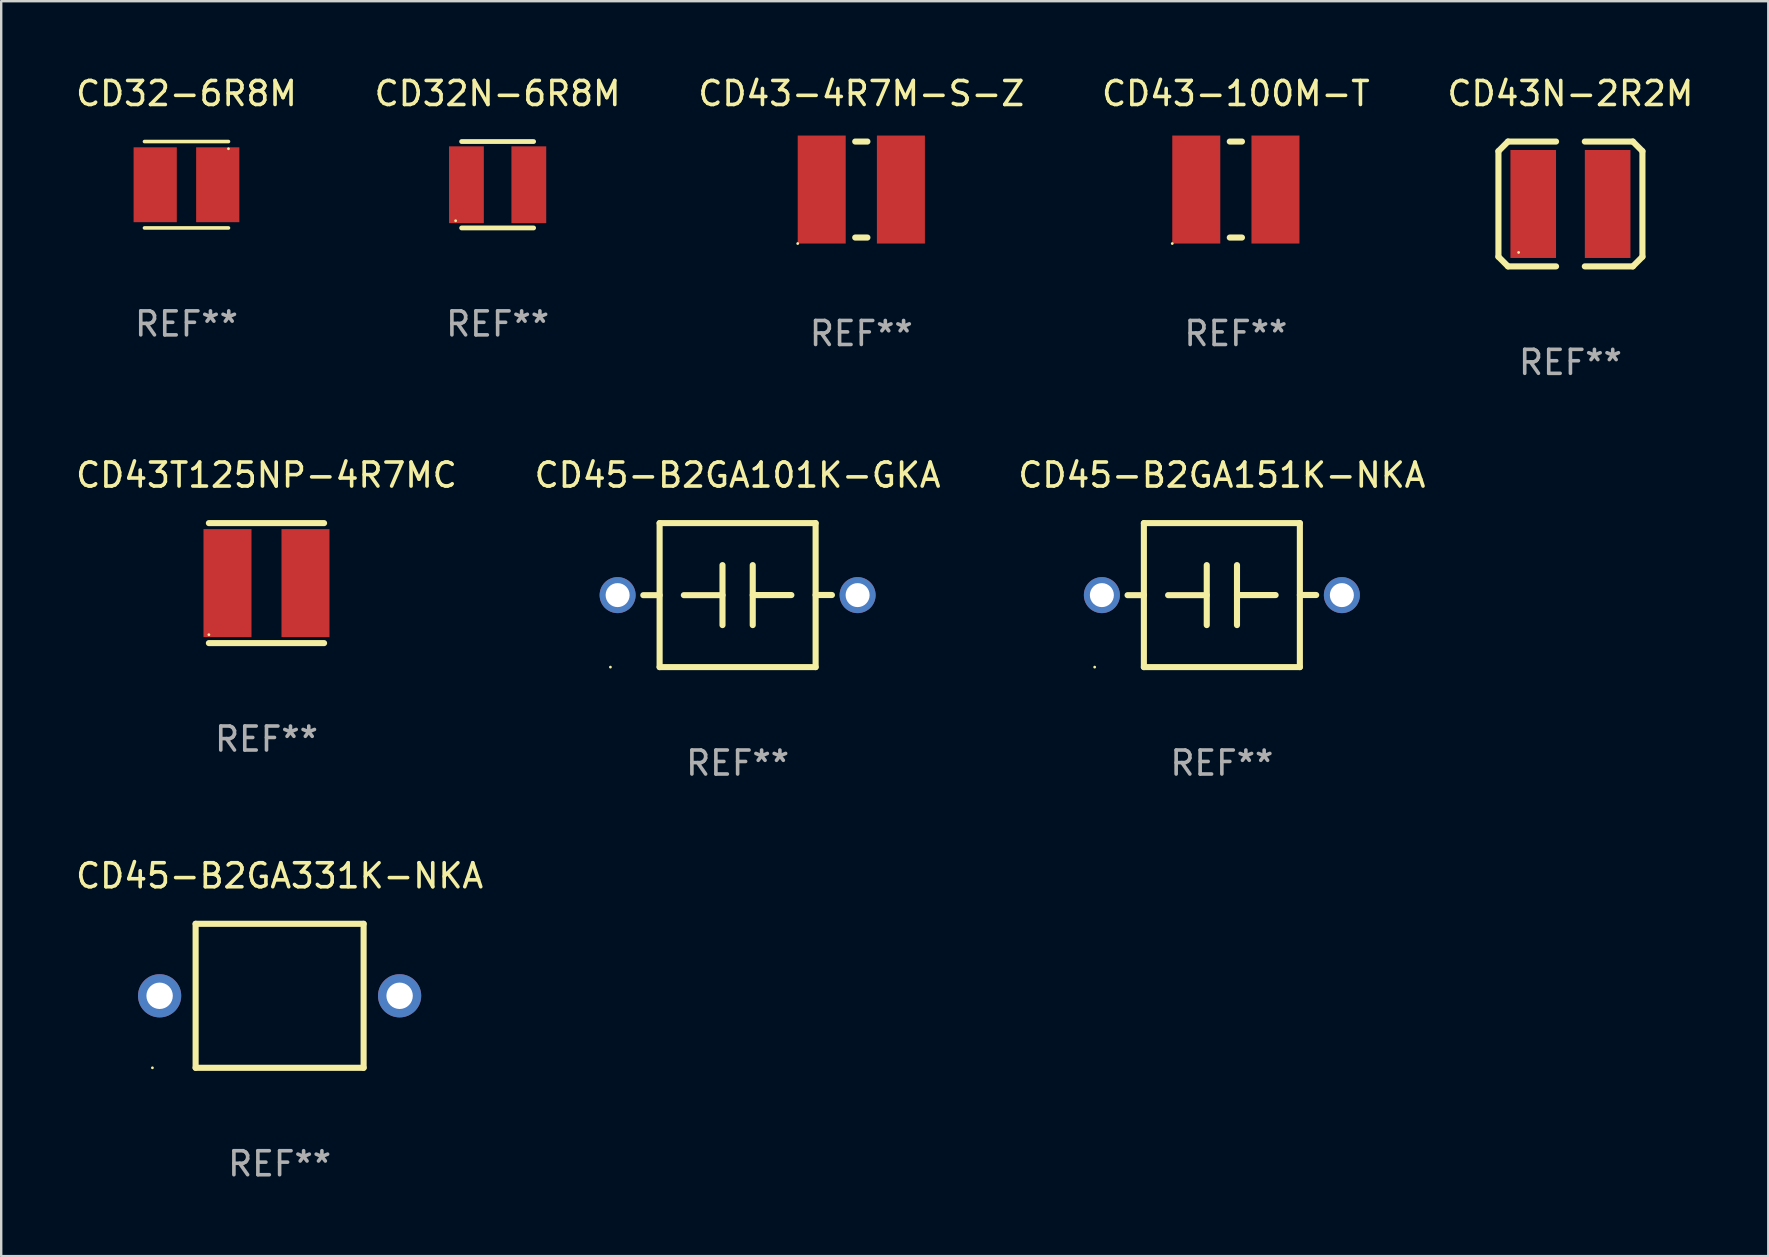
<source format=kicad_pcb>
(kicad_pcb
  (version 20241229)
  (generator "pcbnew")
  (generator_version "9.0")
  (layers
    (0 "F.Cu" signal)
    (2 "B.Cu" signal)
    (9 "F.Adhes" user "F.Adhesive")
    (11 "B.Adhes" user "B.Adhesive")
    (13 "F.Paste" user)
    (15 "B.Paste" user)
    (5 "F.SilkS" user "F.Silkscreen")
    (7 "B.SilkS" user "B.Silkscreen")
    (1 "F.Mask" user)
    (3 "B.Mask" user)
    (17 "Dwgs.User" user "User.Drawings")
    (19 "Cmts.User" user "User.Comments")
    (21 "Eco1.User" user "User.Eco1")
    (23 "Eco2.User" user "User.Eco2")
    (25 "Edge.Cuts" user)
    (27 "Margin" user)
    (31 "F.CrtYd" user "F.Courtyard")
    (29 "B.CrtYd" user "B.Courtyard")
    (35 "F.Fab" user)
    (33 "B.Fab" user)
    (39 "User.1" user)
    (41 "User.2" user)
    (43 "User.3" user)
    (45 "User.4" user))
  (footprint "CD43-4R7M-S-Z"
    (layer "F.Cu")
    (at 32.839 4.848)
    (property "Reference" "CD43-4R7M-S-Z" (at 0 -4 0) (layer "F.SilkS") (effects (font (size 1 1) (thickness 0.15))))
    (attr through_hole)
    (fp_line (start -0.254 -2) (end 0.254 -2) (stroke (width 0.254) (type solid)) (layer "F.SilkS"))
    (fp_line (start -0.254 2) (end 0.254 2) (stroke (width 0.254) (type solid)) (layer "F.SilkS"))
    (fp_circle (center -2.65 2.25) (end -2.62 2.25) (stroke (width 0.06) (type solid)) (fill no) (layer "F.SilkS"))
    (fp_text user "REF**" (at 0 6 0) (layer "F.Fab") (effects (font (size 1 1) (thickness 0.15))))
    (pad "1" smd rect (at -1.65 0 90) (size 4.5 2) (layers "F.Cu" "F.Mask" "F.Paste"))
    (pad "2" smd rect (at 1.65 0 90) (size 4.5 2) (layers "F.Cu" "F.Mask" "F.Paste")))
  (footprint "CD32-6R8M"
    (layer "F.Cu")
    (at 4.72 4.648)
    (property "Reference" "CD32-6R8M" (at 0 -3.8 0) (layer "F.SilkS") (effects (font (size 1 1) (thickness 0.15))))
    (attr through_hole)
    (fp_line (start -1.75 -1.8) (end 1.75 -1.8) (stroke (width 0.15) (type solid)) (layer "F.SilkS"))
    (fp_line (start 1.75 1.8) (end -1.75 1.8) (stroke (width 0.15) (type solid)) (layer "F.SilkS"))
    (fp_circle (center 1.75 -1.5) (end 1.78 -1.5) (stroke (width 0.06) (type solid)) (fill no) (layer "F.SilkS"))
    (fp_text user "REF**" (at 0 5.8 0) (layer "F.Fab") (effects (font (size 1 1) (thickness 0.15))))
    (pad "1" smd rect (at 1.303 0.000051) (size 1.8 3.12) (layers "F.Cu" "F.Mask" "F.Paste"))
    (pad "2" smd rect (at -1.303 0.000051) (size 1.8 3.12) (layers "F.Cu" "F.Mask" "F.Paste")))
  (footprint "CD45-B2GA101K-GKA"
    (layer "F.Cu")
    (at 27.685 21.747)
    (property "Reference" "CD45-B2GA101K-GKA" (at 0 -5 0) (layer "F.SilkS") (effects (font (size 1 1) (thickness 0.15))))
    (attr through_hole)
    (fp_line (start -3.25 0.003) (end -3.93 0.003) (stroke (width 0.254) (type solid)) (layer "F.SilkS"))
    (fp_line (start -3.25 -3) (end -3.25 3) (stroke (width 0.254) (type solid)) (layer "F.SilkS"))
    (fp_line (start -3.25 -3) (end 3.25 -3) (stroke (width 0.254) (type solid)) (layer "F.SilkS"))
    (fp_line (start -0.63 -1.25) (end -0.63 1.25) (stroke (width 0.254) (type solid)) (layer "F.SilkS"))
    (fp_line (start -0.63 0.002) (end -2.24 0.002) (stroke (width 0.254) (type solid)) (layer "F.SilkS"))
    (fp_line (start 0.63 -0.002) (end 2.24 -0.002) (stroke (width 0.254) (type solid)) (layer "F.SilkS"))
    (fp_line (start 0.63 1.25) (end 0.63 -1.25) (stroke (width 0.254) (type solid)) (layer "F.SilkS"))
    (fp_line (start 3.25 -3) (end 3.25 3) (stroke (width 0.254) (type solid)) (layer "F.SilkS"))
    (fp_line (start 3.25 -0.004) (end 3.93 -0.004) (stroke (width 0.254) (type solid)) (layer "F.SilkS"))
    (fp_line (start 3.25 3) (end -3.25 3) (stroke (width 0.254) (type solid)) (layer "F.SilkS"))
    (fp_circle (center -5.3 3) (end -5.27 3) (stroke (width 0.06) (type solid)) (fill no) (layer "F.SilkS"))
    (fp_text user "REF**" (at 0 7 0) (layer "F.Fab") (effects (font (size 1 1) (thickness 0.15))))
    (pad "1" thru_hole circle (at -5 0) (size 1.5 1.5) (drill 1) (layers "*.Cu" "*.Mask"))
    (pad "2" thru_hole circle (at 5 0) (size 1.5 1.5) (drill 1) (layers "*.Cu" "*.Mask")))
  (footprint "CD43T125NP-4R7MC"
    (layer "F.Cu")
    (at 8.054 21.247)
    (property "Reference" "CD43T125NP-4R7MC" (at 0 -4.5 0) (layer "F.SilkS") (effects (font (size 1 1) (thickness 0.15))))
    (attr through_hole)
    (fp_line (start -2.4 -2.5) (end 2.4 -2.5) (stroke (width 0.254) (type solid)) (layer "F.SilkS"))
    (fp_line (start 2.4 2.5) (end -2.4 2.5) (stroke (width 0.254) (type solid)) (layer "F.SilkS"))
    (fp_circle (center -2.4 2.15) (end -2.37 2.15) (stroke (width 0.06) (type solid)) (fill no) (layer "F.SilkS"))
    (fp_text user "REF**" (at 0 6.5 0) (layer "F.Fab") (effects (font (size 1 1) (thickness 0.15))))
    (pad "1" smd rect (at -1.625 0) (size 2 4.5) (layers "F.Cu" "F.Mask" "F.Paste"))
    (pad "2" smd rect (at 1.625 0) (size 2 4.5) (layers "F.Cu" "F.Mask" "F.Paste")))
  (footprint "CD43N-2R2M"
    (layer "F.Cu")
    (at 62.387 5.449)
    (property "Reference" "CD43N-2R2M" (at 0 -4.601 0) (layer "F.SilkS") (effects (font (size 1 1) (thickness 0.15))))
    (attr through_hole)
    (fp_line (start -3 -2.2) (end -2.601 -2.601) (stroke (width 0.254) (type solid)) (layer "F.SilkS"))
    (fp_line (start -3 2.2) (end -3 -2.2) (stroke (width 0.254) (type solid)) (layer "F.SilkS"))
    (fp_line (start -2.601 -2.601) (end -0.599 -2.601) (stroke (width 0.254) (type solid)) (layer "F.SilkS"))
    (fp_line (start -2.601 2.601) (end -3 2.2) (stroke (width 0.254) (type solid)) (layer "F.SilkS"))
    (fp_line (start -0.599 2.601) (end -2.601 2.601) (stroke (width 0.254) (type solid)) (layer "F.SilkS"))
    (fp_line (start 0.599 -2.601) (end 2.601 -2.601) (stroke (width 0.254) (type solid)) (layer "F.SilkS"))
    (fp_line (start 2.601 -2.601) (end 3 -2.2) (stroke (width 0.254) (type solid)) (layer "F.SilkS"))
    (fp_line (start 2.601 2.601) (end 0.599 2.601) (stroke (width 0.254) (type solid)) (layer "F.SilkS"))
    (fp_line (start 3 -2.2) (end 3 2.2) (stroke (width 0.254) (type solid)) (layer "F.SilkS"))
    (fp_line (start 3 2.2) (end 2.601 2.601) (stroke (width 0.254) (type solid)) (layer "F.SilkS"))
    (fp_circle (center -2.159 2.02) (end -2.129 2.02) (stroke (width 0.06) (type solid)) (fill no) (layer "F.SilkS"))
    (fp_text user "REF**" (at 0 6.601 0) (layer "F.Fab") (effects (font (size 1 1) (thickness 0.15))))
    (pad "1" smd rect (at -1.55 0) (size 1.9 4.5) (layers "F.Cu" "F.Mask" "F.Paste"))
    (pad "2" smd rect (at 1.55 0) (size 1.9 4.5) (layers "F.Cu" "F.Mask" "F.Paste")))
  (footprint "CD45-B2GA331K-NKA"
    (layer "F.Cu")
    (at 8.601 38.443)
    (property "Reference" "CD45-B2GA331K-NKA" (at 0 -5 0) (layer "F.SilkS") (effects (font (size 1 1) (thickness 0.15))))
    (attr through_hole)
    (fp_line (start -3.5 -3) (end 3.5 -3) (stroke (width 0.254) (type solid)) (layer "F.SilkS"))
    (fp_line (start -3.5 3) (end -3.5 -3) (stroke (width 0.254) (type solid)) (layer "F.SilkS"))
    (fp_line (start 3.5 -3) (end 3.5 3) (stroke (width 0.254) (type solid)) (layer "F.SilkS"))
    (fp_line (start 3.5 3) (end -3.5 3) (stroke (width 0.254) (type solid)) (layer "F.SilkS"))
    (fp_circle (center -5.3 3) (end -5.27 3) (stroke (width 0.06) (type solid)) (fill no) (layer "F.SilkS"))
    (fp_text user "REF**" (at 0 7 0) (layer "F.Fab") (effects (font (size 1 1) (thickness 0.15))))
    (pad "1" thru_hole circle (at -5 0) (size 1.8 1.8) (drill 1.1) (layers "*.Cu" "*.Mask"))
    (pad "2" thru_hole circle (at 5 0) (size 1.8 1.8) (drill 1.1) (layers "*.Cu" "*.Mask")))
  (footprint "CD32N-6R8M"
    (layer "F.Cu")
    (at 17.685 4.648)
    (property "Reference" "CD32N-6R8M" (at 0 -3.8 0) (layer "F.SilkS") (effects (font (size 1 1) (thickness 0.15))))
    (attr through_hole)
    (fp_line (start -1.5 -1.8) (end 1.5 -1.8) (stroke (width 0.2) (type solid)) (layer "F.SilkS"))
    (fp_line (start -1.5 1.8) (end 1.5 1.8) (stroke (width 0.2) (type solid)) (layer "F.SilkS"))
    (fp_circle (center -1.75 1.5) (end -1.72 1.5) (stroke (width 0.06) (type solid)) (fill no) (layer "F.SilkS"))
    (fp_text user "REF**" (at 0 5.8 0) (layer "F.Fab") (effects (font (size 1 1) (thickness 0.15))))
    (pad "1" smd rect (at -1.3 0) (size 1.45 3.2) (layers "F.Cu" "F.Mask" "F.Paste"))
    (pad "2" smd rect (at 1.3 0) (size 1.45 3.2) (layers "F.Cu" "F.Mask" "F.Paste")))
  (footprint "CD43-100M-T"
    (layer "F.Cu")
    (at 48.446 4.848)
    (property "Reference" "CD43-100M-T" (at 0 -4 0) (layer "F.SilkS") (effects (font (size 1 1) (thickness 0.15))))
    (attr through_hole)
    (fp_line (start -0.254 -2) (end 0.254 -2) (stroke (width 0.254) (type solid)) (layer "F.SilkS"))
    (fp_line (start -0.254 2) (end 0.254 2) (stroke (width 0.254) (type solid)) (layer "F.SilkS"))
    (fp_circle (center -2.65 2.25) (end -2.62 2.25) (stroke (width 0.06) (type solid)) (fill no) (layer "F.SilkS"))
    (fp_text user "REF**" (at 0 6 0) (layer "F.Fab") (effects (font (size 1 1) (thickness 0.15))))
    (pad "1" smd rect (at -1.65 0 90) (size 4.5 2) (layers "F.Cu" "F.Mask" "F.Paste"))
    (pad "2" smd rect (at 1.65 0 90) (size 4.5 2) (layers "F.Cu" "F.Mask" "F.Paste")))
  (footprint "CD45-B2GA151K-NKA"
    (layer "F.Cu")
    (at 47.863 21.747)
    (property "Reference" "CD45-B2GA151K-NKA" (at 0 -5 0) (layer "F.SilkS") (effects (font (size 1 1) (thickness 0.15))))
    (attr through_hole)
    (fp_line (start -3.25 0.003) (end -3.93 0.003) (stroke (width 0.254) (type solid)) (layer "F.SilkS"))
    (fp_line (start -3.25 -3) (end -3.25 3) (stroke (width 0.254) (type solid)) (layer "F.SilkS"))
    (fp_line (start -3.25 -3) (end 3.25 -3) (stroke (width 0.254) (type solid)) (layer "F.SilkS"))
    (fp_line (start -0.63 -1.25) (end -0.63 1.25) (stroke (width 0.254) (type solid)) (layer "F.SilkS"))
    (fp_line (start -0.63 0.002) (end -2.24 0.002) (stroke (width 0.254) (type solid)) (layer "F.SilkS"))
    (fp_line (start 0.63 -0.002) (end 2.24 -0.002) (stroke (width 0.254) (type solid)) (layer "F.SilkS"))
    (fp_line (start 0.63 1.25) (end 0.63 -1.25) (stroke (width 0.254) (type solid)) (layer "F.SilkS"))
    (fp_line (start 3.25 -3) (end 3.25 3) (stroke (width 0.254) (type solid)) (layer "F.SilkS"))
    (fp_line (start 3.25 -0.004) (end 3.93 -0.004) (stroke (width 0.254) (type solid)) (layer "F.SilkS"))
    (fp_line (start 3.25 3) (end -3.25 3) (stroke (width 0.254) (type solid)) (layer "F.SilkS"))
    (fp_circle (center -5.3 3) (end -5.27 3) (stroke (width 0.06) (type solid)) (fill no) (layer "F.SilkS"))
    (fp_text user "REF**" (at 0 7 0) (layer "F.Fab") (effects (font (size 1 1) (thickness 0.15))))
    (pad "1" thru_hole circle (at -5 0) (size 1.5 1.5) (drill 1) (layers "*.Cu" "*.Mask"))
    (pad "2" thru_hole circle (at 5 0) (size 1.5 1.5) (drill 1) (layers "*.Cu" "*.Mask")))
  (gr_rect
    (start -3 -3)
    (end 70.631 49.291)
    (stroke (width 0.1) (type default))
    (fill no)
    (layer "Edge.Cuts")))
</source>
